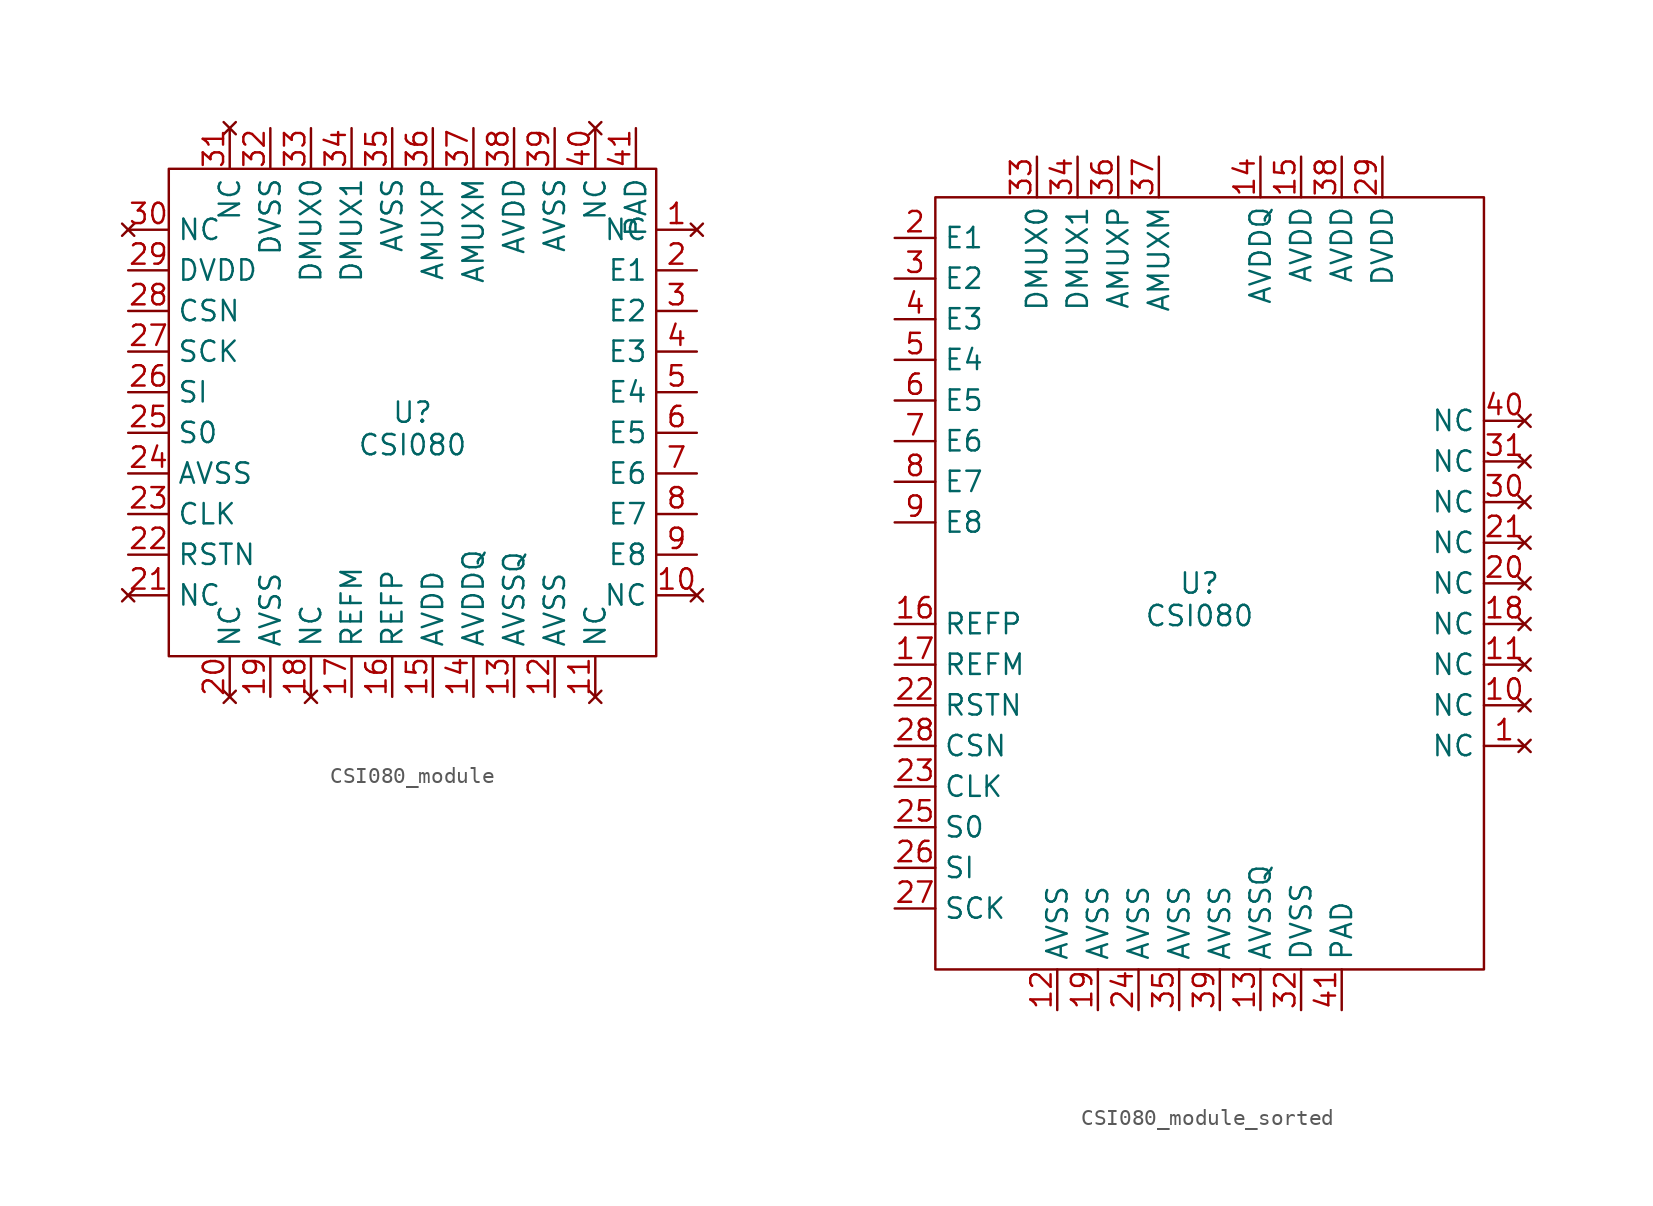
<source format=kicad_sym>
(kicad_symbol_lib
  (version 20231120)
  (generator "kicad_symbol_editor")
  (generator_version "8.0")
  (symbol "CSI080_module"
    (property "Reference" "U"
      (at 0 0 0)
      (effects (font (size 1.27 1.27))))
    (property "Value" "CSI080"
      (at 0 -2.032 0)
      (effects (font (size 1.27 1.27))))
    (symbol "CSI080_module_0_1"
      (rectangle (start -15.24 15.24) (end 15.24 -15.24) (stroke (width 0) (type default)) (fill (type none))))
    (symbol "CSI080_module_1_1"
      (pin no_connect line (at 17.78 11.43 180) (length 2.54) (name "NC" (effects (font (size 1.27 1.27)))) (number "1" (effects (font (size 1.27 1.27)))))
      (pin no_connect line (at 17.78 -11.43 180) (length 2.54) (name "NC" (effects (font (size 1.27 1.27)))) (number "10" (effects (font (size 1.27 1.27)))))
      (pin no_connect line (at 11.43 -17.78 90) (length 2.54) (name "NC" (effects (font (size 1.27 1.27)))) (number "11" (effects (font (size 1.27 1.27)))))
      (pin power_in line (at 8.89 -17.78 90) (length 2.54) (name "AVSS" (effects (font (size 1.27 1.27)))) (number "12" (effects (font (size 1.27 1.27)))))
      (pin power_in line (at 6.35 -17.78 90) (length 2.54) (name "AVSSQ" (effects (font (size 1.27 1.27)))) (number "13" (effects (font (size 1.27 1.27)))))
      (pin power_in line (at 3.81 -17.78 90) (length 2.54) (name "AVDDQ" (effects (font (size 1.27 1.27)))) (number "14" (effects (font (size 1.27 1.27)))))
      (pin power_in line (at 1.27 -17.78 90) (length 2.54) (name "AVDD" (effects (font (size 1.27 1.27)))) (number "15" (effects (font (size 1.27 1.27)))))
      (pin power_in line (at -1.27 -17.78 90) (length 2.54) (name "REFP" (effects (font (size 1.27 1.27)))) (number "16" (effects (font (size 1.27 1.27)))))
      (pin power_in line (at -3.81 -17.78 90) (length 2.54) (name "REFM" (effects (font (size 1.27 1.27)))) (number "17" (effects (font (size 1.27 1.27)))))
      (pin no_connect line (at -6.35 -17.78 90) (length 2.54) (name "NC" (effects (font (size 1.27 1.27)))) (number "18" (effects (font (size 1.27 1.27)))))
      (pin power_in line (at -8.89 -17.78 90) (length 2.54) (name "AVSS" (effects (font (size 1.27 1.27)))) (number "19" (effects (font (size 1.27 1.27)))))
      (pin bidirectional line (at 17.78 8.89 180) (length 2.54) (name "E1" (effects (font (size 1.27 1.27)))) (number "2" (effects (font (size 1.27 1.27)))))
      (pin no_connect line (at -11.43 -17.78 90) (length 2.54) (name "NC" (effects (font (size 1.27 1.27)))) (number "20" (effects (font (size 1.27 1.27)))))
      (pin no_connect line (at -17.78 -11.43 0) (length 2.54) (name "NC" (effects (font (size 1.27 1.27)))) (number "21" (effects (font (size 1.27 1.27)))))
      (pin input line (at -17.78 -8.89 0) (length 2.54) (name "RSTN" (effects (font (size 1.27 1.27)))) (number "22" (effects (font (size 1.27 1.27)))))
      (pin input line (at -17.78 -6.35 0) (length 2.54) (name "CLK" (effects (font (size 1.27 1.27)))) (number "23" (effects (font (size 1.27 1.27)))))
      (pin power_in line (at -17.78 -3.81 0) (length 2.54) (name "AVSS" (effects (font (size 1.27 1.27)))) (number "24" (effects (font (size 1.27 1.27)))))
      (pin output line (at -17.78 -1.27 0) (length 2.54) (name "S0" (effects (font (size 1.27 1.27)))) (number "25" (effects (font (size 1.27 1.27)))))
      (pin input line (at -17.78 1.27 0) (length 2.54) (name "SI" (effects (font (size 1.27 1.27)))) (number "26" (effects (font (size 1.27 1.27)))))
      (pin unspecified line (at -17.78 3.81 0) (length 2.54) (name "SCK" (effects (font (size 1.27 1.27)))) (number "27" (effects (font (size 1.27 1.27)))))
      (pin input line (at -17.78 6.35 0) (length 2.54) (name "CSN" (effects (font (size 1.27 1.27)))) (number "28" (effects (font (size 1.27 1.27)))))
      (pin power_in line (at -17.78 8.89 0) (length 2.54) (name "DVDD" (effects (font (size 1.27 1.27)))) (number "29" (effects (font (size 1.27 1.27)))))
      (pin bidirectional line (at 17.78 6.35 180) (length 2.54) (name "E2" (effects (font (size 1.27 1.27)))) (number "3" (effects (font (size 1.27 1.27)))))
      (pin no_connect line (at -17.78 11.43 0) (length 2.54) (name "NC" (effects (font (size 1.27 1.27)))) (number "30" (effects (font (size 1.27 1.27)))))
      (pin no_connect line (at -11.43 17.78 270) (length 2.54) (name "NC" (effects (font (size 1.27 1.27)))) (number "31" (effects (font (size 1.27 1.27)))))
      (pin power_in line (at -8.89 17.78 270) (length 2.54) (name "DVSS" (effects (font (size 1.27 1.27)))) (number "32" (effects (font (size 1.27 1.27)))))
      (pin output line (at -6.35 17.78 270) (length 2.54) (name "DMUX0" (effects (font (size 1.27 1.27)))) (number "33" (effects (font (size 1.27 1.27)))))
      (pin output line (at -3.81 17.78 270) (length 2.54) (name "DMUX1" (effects (font (size 1.27 1.27)))) (number "34" (effects (font (size 1.27 1.27)))))
      (pin power_in line (at -1.27 17.78 270) (length 2.54) (name "AVSS" (effects (font (size 1.27 1.27)))) (number "35" (effects (font (size 1.27 1.27)))))
      (pin output line (at 1.27 17.78 270) (length 2.54) (name "AMUXP" (effects (font (size 1.27 1.27)))) (number "36" (effects (font (size 1.27 1.27)))))
      (pin output line (at 3.81 17.78 270) (length 2.54) (name "AMUXM" (effects (font (size 1.27 1.27)))) (number "37" (effects (font (size 1.27 1.27)))))
      (pin power_in line (at 6.35 17.78 270) (length 2.54) (name "AVDD" (effects (font (size 1.27 1.27)))) (number "38" (effects (font (size 1.27 1.27)))))
      (pin power_in line (at 8.89 17.78 270) (length 2.54) (name "AVSS" (effects (font (size 1.27 1.27)))) (number "39" (effects (font (size 1.27 1.27)))))
      (pin bidirectional line (at 17.78 3.81 180) (length 2.54) (name "E3" (effects (font (size 1.27 1.27)))) (number "4" (effects (font (size 1.27 1.27)))))
      (pin no_connect line (at 11.43 17.78 270) (length 2.54) (name "NC" (effects (font (size 1.27 1.27)))) (number "40" (effects (font (size 1.27 1.27)))))
      (pin power_in line (at 13.97 17.78 270) (length 2.54) (name "PAD" (effects (font (size 1.27 1.27)))) (number "41" (effects (font (size 1.27 1.27)))))
      (pin bidirectional line (at 17.78 1.27 180) (length 2.54) (name "E4" (effects (font (size 1.27 1.27)))) (number "5" (effects (font (size 1.27 1.27)))))
      (pin bidirectional line (at 17.78 -1.27 180) (length 2.54) (name "E5" (effects (font (size 1.27 1.27)))) (number "6" (effects (font (size 1.27 1.27)))))
      (pin bidirectional line (at 17.78 -3.81 180) (length 2.54) (name "E6" (effects (font (size 1.27 1.27)))) (number "7" (effects (font (size 1.27 1.27)))))
      (pin bidirectional line (at 17.78 -6.35 180) (length 2.54) (name "E7" (effects (font (size 1.27 1.27)))) (number "8" (effects (font (size 1.27 1.27)))))
      (pin bidirectional line (at 17.78 -8.89 180) (length 2.54) (name "E8" (effects (font (size 1.27 1.27)))) (number "9" (effects (font (size 1.27 1.27)))))))
  (symbol "CSI080_module_sorted"
    (property "Reference" "U"
      (at 0 0 0)
      (effects (font (size 1.27 1.27))))
    (property "Value" "CSI080"
      (at 0 -2.032 0)
      (effects (font (size 1.27 1.27))))
    (symbol "CSI080_module_sorted_0_1"
      (rectangle (start -16.51 24.13) (end 17.78 -24.13) (stroke (width 0) (type default)) (fill (type none))))
    (symbol "CSI080_module_sorted_1_1"
      (pin no_connect line (at 20.32 -10.16 180) (length 2.54) (name "NC" (effects (font (size 1.27 1.27)))) (number "1" (effects (font (size 1.27 1.27)))))
      (pin no_connect line (at 20.32 -7.62 180) (length 2.54) (name "NC" (effects (font (size 1.27 1.27)))) (number "10" (effects (font (size 1.27 1.27)))))
      (pin no_connect line (at 20.32 -5.08 180) (length 2.54) (name "NC" (effects (font (size 1.27 1.27)))) (number "11" (effects (font (size 1.27 1.27)))))
      (pin power_in line (at -8.89 -26.67 90) (length 2.54) (name "AVSS" (effects (font (size 1.27 1.27)))) (number "12" (effects (font (size 1.27 1.27)))))
      (pin power_in line (at 3.81 -26.67 90) (length 2.54) (name "AVSSQ" (effects (font (size 1.27 1.27)))) (number "13" (effects (font (size 1.27 1.27)))))
      (pin power_in line (at 3.81 26.67 270) (length 2.54) (name "AVDDQ" (effects (font (size 1.27 1.27)))) (number "14" (effects (font (size 1.27 1.27)))))
      (pin power_in line (at 6.35 26.67 270) (length 2.54) (name "AVDD" (effects (font (size 1.27 1.27)))) (number "15" (effects (font (size 1.27 1.27)))))
      (pin power_in line (at -19.05 -2.54 0) (length 2.54) (name "REFP" (effects (font (size 1.27 1.27)))) (number "16" (effects (font (size 1.27 1.27)))))
      (pin power_in line (at -19.05 -5.08 0) (length 2.54) (name "REFM" (effects (font (size 1.27 1.27)))) (number "17" (effects (font (size 1.27 1.27)))))
      (pin no_connect line (at 20.32 -2.54 180) (length 2.54) (name "NC" (effects (font (size 1.27 1.27)))) (number "18" (effects (font (size 1.27 1.27)))))
      (pin power_in line (at -6.35 -26.67 90) (length 2.54) (name "AVSS" (effects (font (size 1.27 1.27)))) (number "19" (effects (font (size 1.27 1.27)))))
      (pin bidirectional line (at -19.05 21.59 0) (length 2.54) (name "E1" (effects (font (size 1.27 1.27)))) (number "2" (effects (font (size 1.27 1.27)))))
      (pin no_connect line (at 20.32 0 180) (length 2.54) (name "NC" (effects (font (size 1.27 1.27)))) (number "20" (effects (font (size 1.27 1.27)))))
      (pin no_connect line (at 20.32 2.54 180) (length 2.54) (name "NC" (effects (font (size 1.27 1.27)))) (number "21" (effects (font (size 1.27 1.27)))))
      (pin input line (at -19.05 -7.62 0) (length 2.54) (name "RSTN" (effects (font (size 1.27 1.27)))) (number "22" (effects (font (size 1.27 1.27)))))
      (pin input line (at -19.05 -12.7 0) (length 2.54) (name "CLK" (effects (font (size 1.27 1.27)))) (number "23" (effects (font (size 1.27 1.27)))))
      (pin power_in line (at -3.81 -26.67 90) (length 2.54) (name "AVSS" (effects (font (size 1.27 1.27)))) (number "24" (effects (font (size 1.27 1.27)))))
      (pin output line (at -19.05 -15.24 0) (length 2.54) (name "S0" (effects (font (size 1.27 1.27)))) (number "25" (effects (font (size 1.27 1.27)))))
      (pin input line (at -19.05 -17.78 0) (length 2.54) (name "SI" (effects (font (size 1.27 1.27)))) (number "26" (effects (font (size 1.27 1.27)))))
      (pin unspecified line (at -19.05 -20.32 0) (length 2.54) (name "SCK" (effects (font (size 1.27 1.27)))) (number "27" (effects (font (size 1.27 1.27)))))
      (pin input line (at -19.05 -10.16 0) (length 2.54) (name "CSN" (effects (font (size 1.27 1.27)))) (number "28" (effects (font (size 1.27 1.27)))))
      (pin power_in line (at 11.43 26.67 270) (length 2.54) (name "DVDD" (effects (font (size 1.27 1.27)))) (number "29" (effects (font (size 1.27 1.27)))))
      (pin bidirectional line (at -19.05 19.05 0) (length 2.54) (name "E2" (effects (font (size 1.27 1.27)))) (number "3" (effects (font (size 1.27 1.27)))))
      (pin no_connect line (at 20.32 5.08 180) (length 2.54) (name "NC" (effects (font (size 1.27 1.27)))) (number "30" (effects (font (size 1.27 1.27)))))
      (pin no_connect line (at 20.32 7.62 180) (length 2.54) (name "NC" (effects (font (size 1.27 1.27)))) (number "31" (effects (font (size 1.27 1.27)))))
      (pin power_in line (at 6.35 -26.67 90) (length 2.54) (name "DVSS" (effects (font (size 1.27 1.27)))) (number "32" (effects (font (size 1.27 1.27)))))
      (pin output line (at -10.16 26.67 270) (length 2.54) (name "DMUX0" (effects (font (size 1.27 1.27)))) (number "33" (effects (font (size 1.27 1.27)))))
      (pin output line (at -7.62 26.67 270) (length 2.54) (name "DMUX1" (effects (font (size 1.27 1.27)))) (number "34" (effects (font (size 1.27 1.27)))))
      (pin power_in line (at -1.27 -26.67 90) (length 2.54) (name "AVSS" (effects (font (size 1.27 1.27)))) (number "35" (effects (font (size 1.27 1.27)))))
      (pin output line (at -5.08 26.67 270) (length 2.54) (name "AMUXP" (effects (font (size 1.27 1.27)))) (number "36" (effects (font (size 1.27 1.27)))))
      (pin output line (at -2.54 26.67 270) (length 2.54) (name "AMUXM" (effects (font (size 1.27 1.27)))) (number "37" (effects (font (size 1.27 1.27)))))
      (pin power_in line (at 8.89 26.67 270) (length 2.54) (name "AVDD" (effects (font (size 1.27 1.27)))) (number "38" (effects (font (size 1.27 1.27)))))
      (pin power_in line (at 1.27 -26.67 90) (length 2.54) (name "AVSS" (effects (font (size 1.27 1.27)))) (number "39" (effects (font (size 1.27 1.27)))))
      (pin bidirectional line (at -19.05 16.51 0) (length 2.54) (name "E3" (effects (font (size 1.27 1.27)))) (number "4" (effects (font (size 1.27 1.27)))))
      (pin no_connect line (at 20.32 10.16 180) (length 2.54) (name "NC" (effects (font (size 1.27 1.27)))) (number "40" (effects (font (size 1.27 1.27)))))
      (pin power_in line (at 8.89 -26.67 90) (length 2.54) (name "PAD" (effects (font (size 1.27 1.27)))) (number "41" (effects (font (size 1.27 1.27)))))
      (pin bidirectional line (at -19.05 13.97 0) (length 2.54) (name "E4" (effects (font (size 1.27 1.27)))) (number "5" (effects (font (size 1.27 1.27)))))
      (pin bidirectional line (at -19.05 11.43 0) (length 2.54) (name "E5" (effects (font (size 1.27 1.27)))) (number "6" (effects (font (size 1.27 1.27)))))
      (pin bidirectional line (at -19.05 8.89 0) (length 2.54) (name "E6" (effects (font (size 1.27 1.27)))) (number "7" (effects (font (size 1.27 1.27)))))
      (pin bidirectional line (at -19.05 6.35 0) (length 2.54) (name "E7" (effects (font (size 1.27 1.27)))) (number "8" (effects (font (size 1.27 1.27)))))
      (pin bidirectional line (at -19.05 3.81 0) (length 2.54) (name "E8" (effects (font (size 1.27 1.27)))) (number "9" (effects (font (size 1.27 1.27))))))))
</source>
